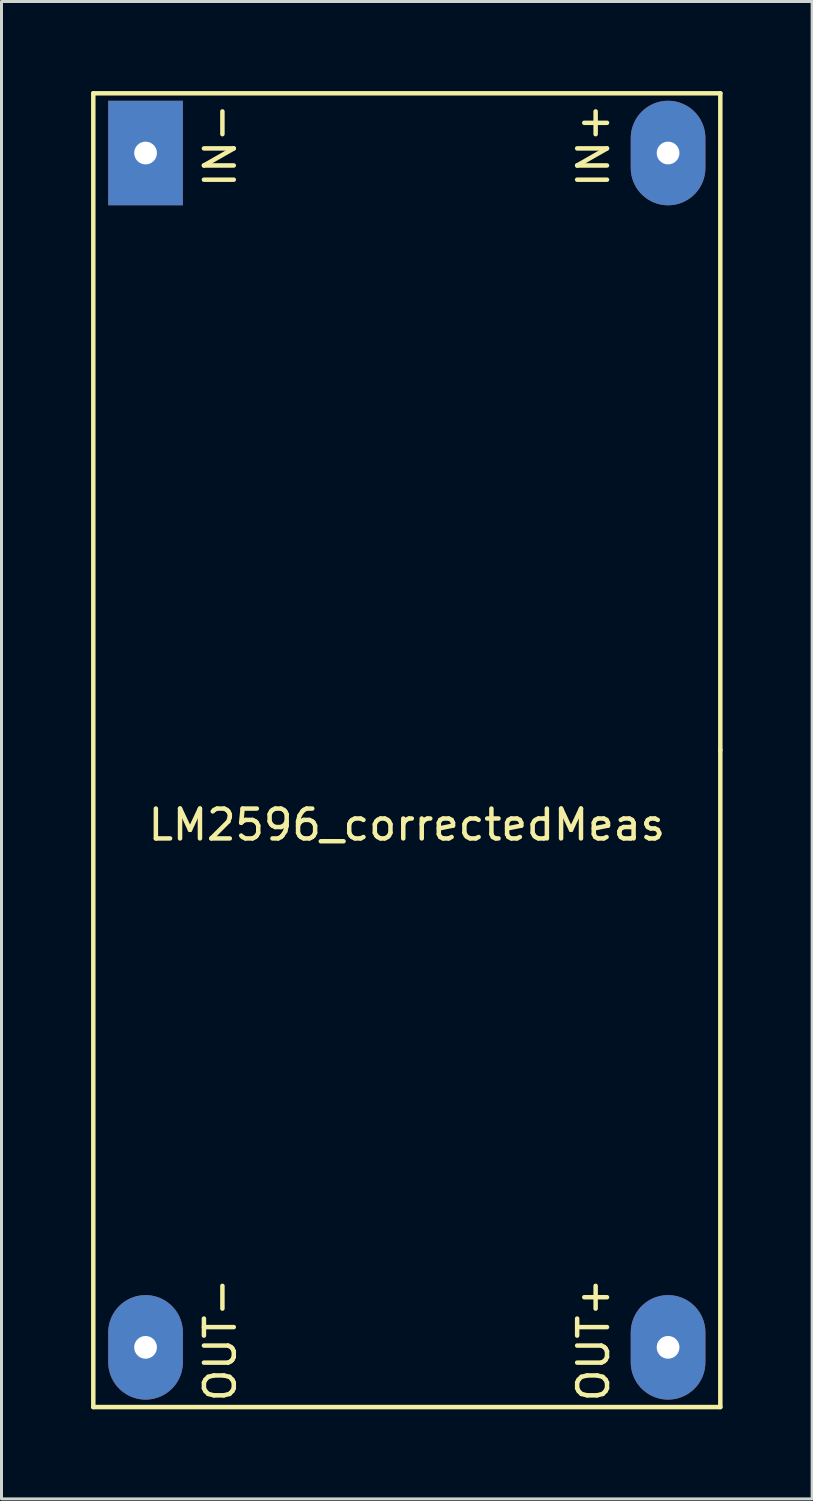
<source format=kicad_pcb>
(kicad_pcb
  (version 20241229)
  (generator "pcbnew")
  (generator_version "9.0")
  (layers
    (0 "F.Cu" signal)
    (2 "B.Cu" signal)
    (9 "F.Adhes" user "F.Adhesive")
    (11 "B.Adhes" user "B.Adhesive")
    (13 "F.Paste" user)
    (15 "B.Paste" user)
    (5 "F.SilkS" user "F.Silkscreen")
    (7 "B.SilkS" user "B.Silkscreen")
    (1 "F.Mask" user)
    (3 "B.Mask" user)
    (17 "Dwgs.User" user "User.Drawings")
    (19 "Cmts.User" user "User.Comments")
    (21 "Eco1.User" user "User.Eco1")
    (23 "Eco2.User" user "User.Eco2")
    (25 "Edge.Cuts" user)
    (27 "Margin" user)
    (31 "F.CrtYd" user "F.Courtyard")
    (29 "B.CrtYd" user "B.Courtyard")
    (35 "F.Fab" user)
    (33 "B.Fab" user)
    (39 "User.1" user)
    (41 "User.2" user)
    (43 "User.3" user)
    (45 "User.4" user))
  (footprint "LM2596_correctedMeas"
    (layer "F.Cu")
    (at 10.575 22.075)
    (property "Reference" "LM2596_correctedMeas" (at 0 2.5 0) (layer "F.SilkS") (effects (font (size 1 1) (thickness 0.15))))
    (attr through_hole)
    (fp_line (start -10.5 -22) (end -10.5 22) (stroke (width 0.15) (type solid)) (layer "F.SilkS"))
    (fp_line (start -10.5 22) (end 10.5 22) (stroke (width 0.15) (type solid)) (layer "F.SilkS"))
    (fp_line (start 10.5 -22) (end -10.5 -22) (stroke (width 0.15) (type solid)) (layer "F.SilkS"))
    (fp_line (start 10.5 0) (end 10.5 -22) (stroke (width 0.15) (type solid)) (layer "F.SilkS"))
    (fp_line (start 10.5 22) (end 10.5 0) (stroke (width 0.15) (type solid)) (layer "F.SilkS"))
    (fp_text user "OUT-" (at -6.25 19.75 90) (layer "F.SilkS") (effects (font (size 1 1) (thickness 0.15))))
    (fp_text user "IN+" (at 6.25 -20.25 90) (layer "F.SilkS") (effects (font (size 1 1) (thickness 0.15))))
    (fp_text user "OUT+" (at 6.25 19.75 90) (layer "F.SilkS") (effects (font (size 1 1) (thickness 0.15))))
    (fp_text user "IN-" (at -6.25 -20.25 90) (layer "F.SilkS") (effects (font (size 1 1) (thickness 0.15))))
    (pad "1" thru_hole rect (at -8.75 -20) (size 2.5 3.5) (drill 0.762) (layers "*.Cu" "*.Mask"))
    (pad "2" thru_hole oval (at 8.75 -20) (size 2.5 3.5) (drill 0.762) (layers "*.Cu" "*.Mask"))
    (pad "3" thru_hole oval (at -8.75 20) (size 2.5 3.5) (drill 0.762) (layers "*.Cu" "*.Mask"))
    (pad "4" thru_hole oval (at 8.75 20) (size 2.5 3.5) (drill 0.762) (layers "*.Cu" "*.Mask")))
  (gr_rect
    (start -3 -3)
    (end 24.15 47.15)
    (stroke (width 0.1) (type default))
    (fill no)
    (layer "Edge.Cuts")))
</source>
